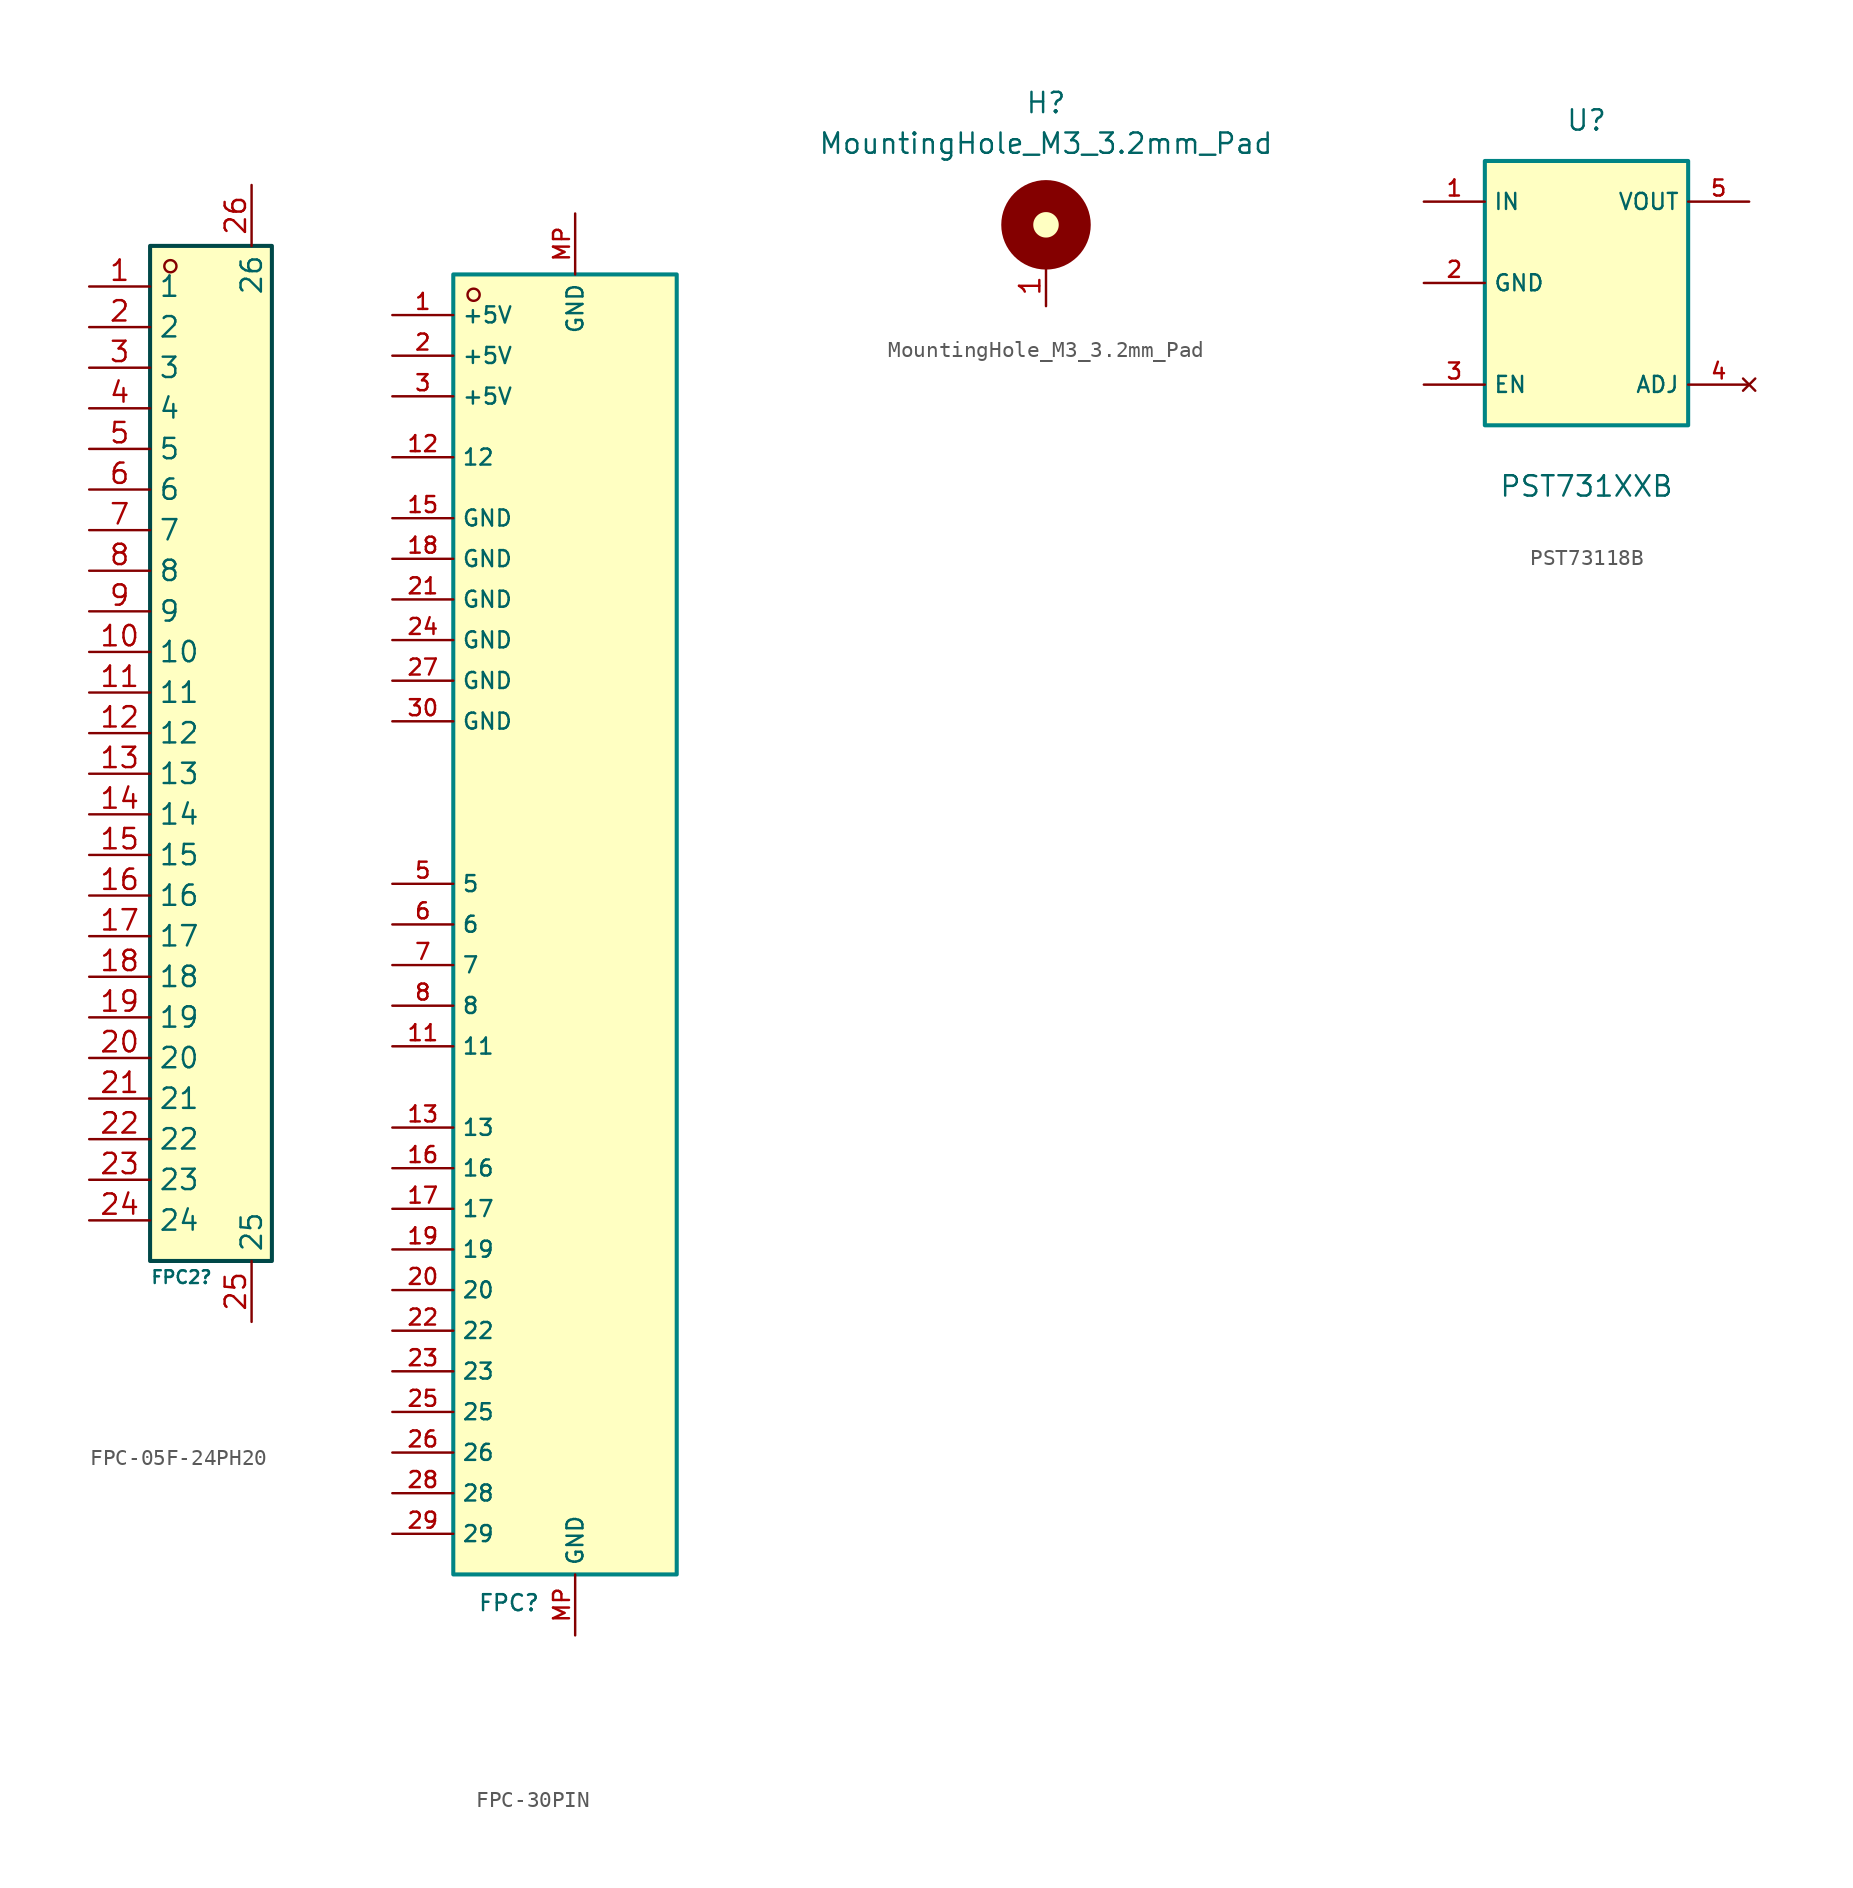
<source format=kicad_sym>
(kicad_symbol_lib
  (version 20241209)
  (generator "kicad_symbol_editor")
  (generator_version "9.0")
  (symbol "FPC-05F-24PH20"
    (property "Reference" "FPC2"
      (at -2.54 -32.766 0)
      (effects (font (face "KiCad Font") (size 0.8 0.8)) (justify left)))
    (symbol "FPC-05F-24PH20_0_1"
      (circle (center -1.27 30.48) (radius 0.38) (stroke (width 0) (type default)) (fill (type none)))
      (pin unspecified line (at -6.35 29.21 0) (length 3.81) (name "1" (effects (font (size 1.27 1.27)))) (number "1" (effects (font (size 1.27 1.27)))))
      (pin unspecified line (at -6.35 26.67 0) (length 3.81) (name "2" (effects (font (size 1.27 1.27)))) (number "2" (effects (font (size 1.27 1.27)))))
      (pin unspecified line (at -6.35 24.13 0) (length 3.81) (name "3" (effects (font (size 1.27 1.27)))) (number "3" (effects (font (size 1.27 1.27)))))
      (pin unspecified line (at -6.35 21.59 0) (length 3.81) (name "4" (effects (font (size 1.27 1.27)))) (number "4" (effects (font (size 1.27 1.27)))))
      (pin unspecified line (at -6.35 19.05 0) (length 3.81) (name "5" (effects (font (size 1.27 1.27)))) (number "5" (effects (font (size 1.27 1.27)))))
      (pin unspecified line (at -6.35 16.51 0) (length 3.81) (name "6" (effects (font (size 1.27 1.27)))) (number "6" (effects (font (size 1.27 1.27)))))
      (pin unspecified line (at -6.35 13.97 0) (length 3.81) (name "7" (effects (font (size 1.27 1.27)))) (number "7" (effects (font (size 1.27 1.27)))))
      (pin unspecified line (at -6.35 11.43 0) (length 3.81) (name "8" (effects (font (size 1.27 1.27)))) (number "8" (effects (font (size 1.27 1.27)))))
      (pin unspecified line (at -6.35 8.89 0) (length 3.81) (name "9" (effects (font (size 1.27 1.27)))) (number "9" (effects (font (size 1.27 1.27)))))
      (pin unspecified line (at -6.35 6.35 0) (length 3.81) (name "10" (effects (font (size 1.27 1.27)))) (number "10" (effects (font (size 1.27 1.27)))))
      (pin unspecified line (at -6.35 3.81 0) (length 3.81) (name "11" (effects (font (size 1.27 1.27)))) (number "11" (effects (font (size 1.27 1.27)))))
      (pin unspecified line (at -6.35 1.27 0) (length 3.81) (name "12" (effects (font (size 1.27 1.27)))) (number "12" (effects (font (size 1.27 1.27)))))
      (pin unspecified line (at -6.35 -1.27 0) (length 3.81) (name "13" (effects (font (size 1.27 1.27)))) (number "13" (effects (font (size 1.27 1.27)))))
      (pin unspecified line (at -6.35 -3.81 0) (length 3.81) (name "14" (effects (font (size 1.27 1.27)))) (number "14" (effects (font (size 1.27 1.27)))))
      (pin unspecified line (at -6.35 -6.35 0) (length 3.81) (name "15" (effects (font (size 1.27 1.27)))) (number "15" (effects (font (size 1.27 1.27)))))
      (pin unspecified line (at -6.35 -8.89 0) (length 3.81) (name "16" (effects (font (size 1.27 1.27)))) (number "16" (effects (font (size 1.27 1.27)))))
      (pin unspecified line (at -6.35 -11.43 0) (length 3.81) (name "17" (effects (font (size 1.27 1.27)))) (number "17" (effects (font (size 1.27 1.27)))))
      (pin unspecified line (at -6.35 -13.97 0) (length 3.81) (name "18" (effects (font (size 1.27 1.27)))) (number "18" (effects (font (size 1.27 1.27)))))
      (pin unspecified line (at -6.35 -16.51 0) (length 3.81) (name "19" (effects (font (size 1.27 1.27)))) (number "19" (effects (font (size 1.27 1.27)))))
      (pin unspecified line (at -6.35 -19.05 0) (length 3.81) (name "20" (effects (font (size 1.27 1.27)))) (number "20" (effects (font (size 1.27 1.27)))))
      (pin unspecified line (at -6.35 -21.59 0) (length 3.81) (name "21" (effects (font (size 1.27 1.27)))) (number "21" (effects (font (size 1.27 1.27)))))
      (pin unspecified line (at -6.35 -24.13 0) (length 3.81) (name "22" (effects (font (size 1.27 1.27)))) (number "22" (effects (font (size 1.27 1.27)))))
      (pin unspecified line (at -6.35 -26.67 0) (length 3.81) (name "23" (effects (font (size 1.27 1.27)))) (number "23" (effects (font (size 1.27 1.27)))))
      (pin unspecified line (at -6.35 -29.21 0) (length 3.81) (name "24" (effects (font (size 1.27 1.27)))) (number "24" (effects (font (size 1.27 1.27)))))
      (pin unspecified line (at 3.81 35.56 270) (length 3.81) (name "26" (effects (font (size 1.27 1.27)))) (number "26" (effects (font (size 1.27 1.27))))))
    (symbol "FPC-05F-24PH20_1_1"
      (rectangle (start -2.54 31.75) (end 5.08 -31.75) (stroke (width 0.254) (type solid) (color 0 72 72 1)) (fill (type background)))
      (pin unspecified line (at 3.81 -35.56 90) (length 3.81) (name "25" (effects (font (size 1.27 1.27)))) (number "25" (effects (font (size 1.27 1.27)))))))
  (symbol "FPC-30PIN"
    (property "Reference" "FPC"
      (at -6.096 -41.148 0)
      (effects (font (size 1 1)) (justify left)))
    (symbol "FPC-30PIN_0_1"
      (circle (center -6.35 40.64) (radius 0.38) (stroke (width 0) (type default)) (fill (type none)))
      (pin power_in line (at -11.43 39.37 0) (length 3.81) (name "+5V" (effects (font (size 1 1)))) (number "1" (effects (font (size 1 1)))))
      (pin power_in line (at -11.43 36.83 0) (length 3.81) (name "+5V" (effects (font (size 1 1)))) (number "2" (effects (font (size 1 1)))))
      (pin power_in line (at -11.43 34.29 0) (length 3.81) (name "+5V" (effects (font (size 1 1)))) (number "3" (effects (font (size 1 1)))))
      (pin unspecified line (at -11.43 30.48 0) (length 3.81) (name "12" (effects (font (size 1 1)))) (number "12" (effects (font (size 1 1)))))
      (pin power_in line (at -11.43 26.67 0) (length 3.81) (name "GND" (effects (font (size 1 1)))) (number "15" (effects (font (size 1 1)))))
      (pin power_in line (at -11.43 24.13 0) (length 3.81) (name "GND" (effects (font (size 1 1)))) (number "18" (effects (font (size 1 1)))))
      (pin power_in line (at -11.43 21.59 0) (length 3.81) (name "GND" (effects (font (size 1 1)))) (number "21" (effects (font (size 1 1)))))
      (pin power_in line (at -11.43 19.05 0) (length 3.81) (name "GND" (effects (font (size 1 1)))) (number "24" (effects (font (size 1 1)))))
      (pin power_in line (at -11.43 16.51 0) (length 3.81) (name "GND" (effects (font (size 1 1)))) (number "27" (effects (font (size 1 1)))))
      (pin no_connect line (at -11.43 10.16 0) (length 3.81) (hide yes) (name "N/A" (effects (font (size 1 1)))) (number "10" (effects (font (size 1 1)))))
      (pin no_connect line (at -11.43 8.89 0) (length 3.81) (hide yes) (name "N/A" (effects (font (size 1 1)))) (number "9" (effects (font (size 1 1)))))
      (pin no_connect line (at -11.43 6.35 0) (length 3.81) (hide yes) (name "N/A" (effects (font (size 1 1)))) (number "14" (effects (font (size 1 1)))))
      (pin unspecified line (at -11.43 3.81 0) (length 3.81) (name "5" (effects (font (size 1 1)))) (number "5" (effects (font (size 1 1)))))
      (pin unspecified line (at -11.43 1.27 0) (length 3.81) (name "6" (effects (font (size 1 1)))) (number "6" (effects (font (size 1 1)))))
      (pin unspecified line (at -11.43 -1.27 0) (length 3.81) (name "7" (effects (font (size 1 1)))) (number "7" (effects (font (size 1 1)))))
      (pin unspecified line (at -11.43 -3.81 0) (length 3.81) (name "8" (effects (font (size 1 1)))) (number "8" (effects (font (size 1 1)))))
      (pin unspecified line (at -11.43 -6.35 0) (length 3.81) (name "11" (effects (font (size 1 1)))) (number "11" (effects (font (size 1 1)))))
      (pin unspecified line (at -11.43 -11.43 0) (length 3.81) (name "13" (effects (font (size 1 1)))) (number "13" (effects (font (size 1 1)))))
      (pin unspecified line (at -11.43 -13.97 0) (length 3.81) (name "16" (effects (font (size 1 1)))) (number "16" (effects (font (size 1 1)))))
      (pin unspecified line (at -11.43 -16.51 0) (length 3.81) (name "17" (effects (font (size 1 1)))) (number "17" (effects (font (size 1 1)))))
      (pin unspecified line (at -11.43 -19.05 0) (length 3.81) (name "19" (effects (font (size 1 1)))) (number "19" (effects (font (size 1 1)))))
      (pin unspecified line (at -11.43 -21.59 0) (length 3.81) (name "20" (effects (font (size 1 1)))) (number "20" (effects (font (size 1 1)))))
      (pin unspecified line (at -11.43 -24.13 0) (length 3.81) (name "22" (effects (font (size 1 1)))) (number "22" (effects (font (size 1 1)))))
      (pin unspecified line (at -11.43 -26.67 0) (length 3.81) (name "23" (effects (font (size 1 1)))) (number "23" (effects (font (size 1 1)))))
      (pin unspecified line (at -11.43 -29.21 0) (length 3.81) (name "25" (effects (font (size 1 1)))) (number "25" (effects (font (size 1 1)))))
      (pin unspecified line (at -11.43 -31.75 0) (length 3.81) (name "26" (effects (font (size 1 1)))) (number "26" (effects (font (size 1 1)))))
      (pin unspecified line (at -11.43 -34.29 0) (length 3.81) (name "28" (effects (font (size 1 1)))) (number "28" (effects (font (size 1 1))))))
    (symbol "FPC-30PIN_1_1"
      (rectangle (start -7.62 41.91) (end 6.35 -39.37) (stroke (width 0.254) (type solid) (color 0 132 132 1)) (fill (type background)))
      (pin power_in line (at -11.43 13.97 0) (length 3.81) (name "GND" (effects (font (size 1 1)))) (number "30" (effects (font (size 1 1)))))
      (pin no_connect line (at -11.43 7.62 0) (length 3.81) (hide yes) (name "N/A" (effects (font (size 1 1)))) (number "4" (effects (font (size 1 1)))))
      (pin unspecified line (at -11.43 -36.83 0) (length 3.81) (name "29" (effects (font (size 1 1)))) (number "29" (effects (font (size 1 1)))))
      (pin power_in line (at 0 45.72 270) (length 3.81) (name "GND" (effects (font (size 1 1)))) (number "MP" (effects (font (size 1 1)))) (alternate "MP" power_in line))
      (pin power_in line (at 0 -43.18 90) (length 3.81) (name "GND" (effects (font (size 1 1)))) (number "MP" (effects (font (size 1 1)))) (alternate "MP" power_in line))))
  (symbol "MountingHole_M3_3.2mm_Pad"
    (property "Reference" "H"
      (at 0 7.62 0)
      (effects (font (size 1.27 1.27))))
    (property "Value" "MountingHole_M3_3.2mm_Pad"
      (at 0 5.08 0)
      (effects (font (size 1.27 1.27))))
    (symbol "MountingHole_M3_3.2mm_Pad_0_1"
      (circle (center 0 0) (radius 1.27) (stroke (width 0) (type default)) (fill (type background)))
      (circle (center 0 0) (radius 1.796) (stroke (width 2) (type default)) (fill (type none))))
    (symbol "MountingHole_M3_3.2mm_Pad_1_1"
      (pin passive line (at 0 -5.08 90) (length 2.54) (name "" (effects (font (size 1.27 1.27)))) (number "1" (effects (font (size 1.27 1.27)))))))
  (symbol "PST73118B"
    (property "Reference" "U"
      (at 0 11.43 0)
      (effects (font (size 1.27 1.27))))
    (property "Value" "PST731XXB"
      (at 0 -11.43 0)
      (effects (font (size 1.27 1.27))))
    (symbol "PST73118B_1_1"
      (polyline (pts (xy -6.35 8.89) (xy 6.35 8.89) (xy 6.35 -7.62) (xy -6.35 -7.62) (xy -6.35 8.89)) (stroke (width 0.254) (type solid) (color 0 132 132 1)) (fill (type background)))
      (pin power_in line (at -10.16 6.35 0) (length 3.81) (name "IN" (effects (font (size 1 1)))) (number "1" (effects (font (size 1 1)))))
      (pin power_in line (at -10.16 1.27 0) (length 3.81) (name "GND" (effects (font (size 1 1)))) (number "2" (effects (font (size 1 1)))))
      (pin input line (at -10.16 -5.08 0) (length 3.81) (name "EN" (effects (font (size 1 1)))) (number "3" (effects (font (size 1 1)))))
      (pin power_out line (at 10.16 6.35 180) (length 3.81) (name "VOUT" (effects (font (size 1 1)))) (number "5" (effects (font (size 1 1)))))
      (pin no_connect line (at 10.16 -5.08 180) (length 3.81) (name "ADJ" (effects (font (size 1 1)))) (number "4" (effects (font (size 1 1))))))))
</source>
